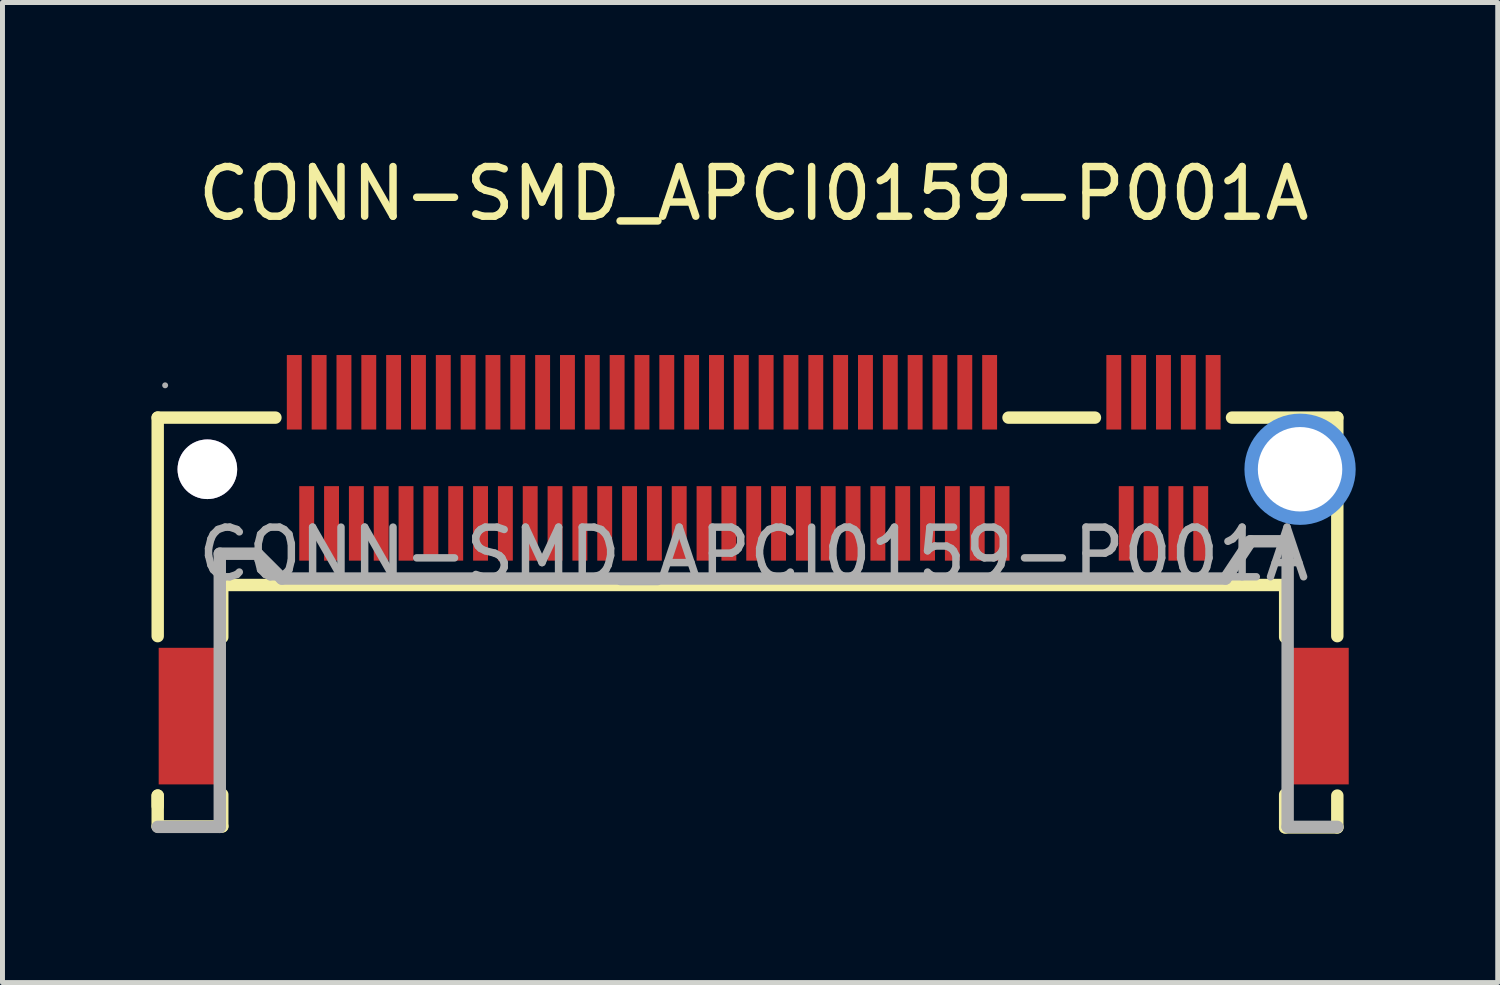
<source format=kicad_pcb>
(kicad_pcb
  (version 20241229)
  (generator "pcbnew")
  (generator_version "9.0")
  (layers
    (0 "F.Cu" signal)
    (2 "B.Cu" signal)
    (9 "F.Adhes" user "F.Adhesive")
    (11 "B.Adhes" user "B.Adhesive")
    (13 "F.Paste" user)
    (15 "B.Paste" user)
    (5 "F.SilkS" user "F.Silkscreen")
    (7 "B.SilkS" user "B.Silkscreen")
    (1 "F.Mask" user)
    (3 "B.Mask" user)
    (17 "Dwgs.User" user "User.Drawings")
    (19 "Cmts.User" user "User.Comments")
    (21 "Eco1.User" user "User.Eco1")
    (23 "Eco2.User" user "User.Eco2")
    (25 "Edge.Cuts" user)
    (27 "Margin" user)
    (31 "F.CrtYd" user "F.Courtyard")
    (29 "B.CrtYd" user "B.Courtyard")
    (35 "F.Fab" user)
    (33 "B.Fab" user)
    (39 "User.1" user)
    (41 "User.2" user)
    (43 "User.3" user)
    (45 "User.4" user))
  (footprint "CONN-SMD_APCI0159-P001A"
    (layer "F.Cu")
    (at 12.125 8.108)
    (property "Reference" "CONN-SMD_APCI0159-P001A" (at 0 -7.26 0) (layer "F.SilkS") (effects (font (size 1 1) (thickness 0.15))))
    (attr smd)
    (fp_line (start -12 -2.75) (end -12 1.65) (stroke (width 0.25) (type solid)) (layer "F.SilkS"))
    (fp_line (start -12 4.86) (end -12 5.07) (stroke (width 0.25) (type solid)) (layer "F.SilkS"))
    (fp_line (start -12 4.86) (end -12 5.48) (stroke (width 0.25) (type solid)) (layer "F.SilkS"))
    (fp_line (start -12 5.48) (end -10.7 5.48) (stroke (width 0.25) (type solid)) (layer "F.SilkS"))
    (fp_line (start -10.7 0.62) (end 10.7 0.62) (stroke (width 0.25) (type solid)) (layer "F.SilkS"))
    (fp_line (start -10.7 1.67) (end -10.7 0.62) (stroke (width 0.25) (type solid)) (layer "F.SilkS"))
    (fp_line (start -10.7 5.48) (end -10.7 4.84) (stroke (width 0.25) (type solid)) (layer "F.SilkS"))
    (fp_line (start -9.63 -2.75) (end -12 -2.75) (stroke (width 0.25) (type solid)) (layer "F.SilkS"))
    (fp_line (start 6.87 -2.75) (end 5.13 -2.75) (stroke (width 0.25) (type solid)) (layer "F.SilkS"))
    (fp_line (start 10.7 1.67) (end 10.7 0.62) (stroke (width 0.25) (type solid)) (layer "F.SilkS"))
    (fp_line (start 10.7 4.84) (end 10.7 5.5) (stroke (width 0.25) (type solid)) (layer "F.SilkS"))
    (fp_line (start 10.7 5.5) (end 11.75 5.5) (stroke (width 0.25) (type solid)) (layer "F.SilkS"))
    (fp_line (start 11.75 -2.75) (end 9.63 -2.75) (stroke (width 0.25) (type solid)) (layer "F.SilkS"))
    (fp_line (start 11.75 -2.44) (end 11.75 -2.75) (stroke (width 0.25) (type solid)) (layer "F.SilkS"))
    (fp_line (start 11.75 1.65) (end 11.75 -0.99) (stroke (width 0.25) (type solid)) (layer "F.SilkS"))
    (fp_line (start 11.75 5.5) (end 11.75 4.86) (stroke (width 0.25) (type solid)) (layer "F.SilkS"))
    (fp_circle (center -11 -1.71) (end -10.75 -1.71) (stroke (width 0.5) (type solid)) (fill no) (layer "Cmts.User"))
    (fp_circle (center 11 -1.71) (end 11.37 -1.71) (stroke (width 0.75) (type solid)) (fill no) (layer "Cmts.User"))
    (fp_line (start -12 5.49) (end -10.75 5.49) (stroke (width 0.25) (type solid)) (layer "F.Fab"))
    (fp_line (start -10.75 -0.01) (end -10 -0.01) (stroke (width 0.25) (type solid)) (layer "F.Fab"))
    (fp_line (start -10.75 5.49) (end -10.75 -0.01) (stroke (width 0.25) (type solid)) (layer "F.Fab"))
    (fp_line (start -10 -0.01) (end -9.5 0.49) (stroke (width 0.25) (type solid)) (layer "F.Fab"))
    (fp_line (start -9.5 0.49) (end 9.5 0.49) (stroke (width 0.25) (type solid)) (layer "F.Fab"))
    (fp_line (start 9.5 0.49) (end 10 -0.26) (stroke (width 0.25) (type solid)) (layer "F.Fab"))
    (fp_line (start 10 -0.26) (end 10.75 -0.26) (stroke (width 0.25) (type solid)) (layer "F.Fab"))
    (fp_line (start 10.75 -0.26) (end 10.75 5.49) (stroke (width 0.25) (type solid)) (layer "F.Fab"))
    (fp_line (start 10.75 5.49) (end 11.75 5.49) (stroke (width 0.25) (type solid)) (layer "F.Fab"))
    (fp_circle (center -11.85 -3.4) (end -11.82 -3.4) (stroke (width 0.06) (type solid)) (fill no) (layer "F.Fab"))
    (fp_text user "${REFERENCE}" (at 0 0 0) (layer "F.Fab") (effects (font (size 1 1) (thickness 0.15))))
    (pad "" thru_hole circle (at -11 -1.71) (size 1.2 1.2) (drill 1.2) (layers "*.Cu" "*.Mask"))
    (pad "" thru_hole circle (at 11 -1.71) (size 1.7 1.7) (drill 1.7) (layers "*.Cu" "*.Mask"))
    (pad "1" smd rect (at -9.25 -3.26 90) (size 1.5 0.3) (layers "F.Cu" "F.Mask" "F.Paste"))
    (pad "2" smd rect (at -9 -0.62 90) (size 1.5 0.3) (layers "F.Cu" "F.Mask" "F.Paste"))
    (pad "3" smd rect (at -8.75 -3.26 90) (size 1.5 0.3) (layers "F.Cu" "F.Mask" "F.Paste"))
    (pad "4" smd rect (at -8.5 -0.62 90) (size 1.5 0.3) (layers "F.Cu" "F.Mask" "F.Paste"))
    (pad "5" smd rect (at -8.25 -3.26 90) (size 1.5 0.3) (layers "F.Cu" "F.Mask" "F.Paste"))
    (pad "6" smd rect (at -8 -0.62 90) (size 1.5 0.3) (layers "F.Cu" "F.Mask" "F.Paste"))
    (pad "7" smd rect (at -7.75 -3.26 90) (size 1.5 0.3) (layers "F.Cu" "F.Mask" "F.Paste"))
    (pad "8" smd rect (at -7.5 -0.62 90) (size 1.5 0.3) (layers "F.Cu" "F.Mask" "F.Paste"))
    (pad "9" smd rect (at -7.25 -3.26 90) (size 1.5 0.3) (layers "F.Cu" "F.Mask" "F.Paste"))
    (pad "10" smd rect (at -7 -0.62 90) (size 1.5 0.3) (layers "F.Cu" "F.Mask" "F.Paste"))
    (pad "11" smd rect (at -6.75 -3.26 90) (size 1.5 0.3) (layers "F.Cu" "F.Mask" "F.Paste"))
    (pad "12" smd rect (at -6.5 -0.62 90) (size 1.5 0.3) (layers "F.Cu" "F.Mask" "F.Paste"))
    (pad "13" smd rect (at -6.25 -3.26 90) (size 1.5 0.3) (layers "F.Cu" "F.Mask" "F.Paste"))
    (pad "14" smd rect (at -6 -0.62 90) (size 1.5 0.3) (layers "F.Cu" "F.Mask" "F.Paste"))
    (pad "15" smd rect (at -5.75 -3.26 90) (size 1.5 0.3) (layers "F.Cu" "F.Mask" "F.Paste"))
    (pad "16" smd rect (at -5.5 -0.62 90) (size 1.5 0.3) (layers "F.Cu" "F.Mask" "F.Paste"))
    (pad "17" smd rect (at -5.25 -3.26 90) (size 1.5 0.3) (layers "F.Cu" "F.Mask" "F.Paste"))
    (pad "18" smd rect (at -5 -0.62 90) (size 1.5 0.3) (layers "F.Cu" "F.Mask" "F.Paste"))
    (pad "19" smd rect (at -4.75 -3.26 90) (size 1.5 0.3) (layers "F.Cu" "F.Mask" "F.Paste"))
    (pad "20" smd rect (at -4.5 -0.62 90) (size 1.5 0.3) (layers "F.Cu" "F.Mask" "F.Paste"))
    (pad "21" smd rect (at -4.25 -3.26 90) (size 1.5 0.3) (layers "F.Cu" "F.Mask" "F.Paste"))
    (pad "22" smd rect (at -4 -0.62 90) (size 1.5 0.3) (layers "F.Cu" "F.Mask" "F.Paste"))
    (pad "23" smd rect (at -3.75 -3.26 90) (size 1.5 0.3) (layers "F.Cu" "F.Mask" "F.Paste"))
    (pad "24" smd rect (at -3.5 -0.62 90) (size 1.5 0.3) (layers "F.Cu" "F.Mask" "F.Paste"))
    (pad "25" smd rect (at -3.25 -3.26 90) (size 1.5 0.3) (layers "F.Cu" "F.Mask" "F.Paste"))
    (pad "26" smd rect (at -3 -0.62 90) (size 1.5 0.3) (layers "F.Cu" "F.Mask" "F.Paste"))
    (pad "27" smd rect (at -2.75 -3.26 90) (size 1.5 0.3) (layers "F.Cu" "F.Mask" "F.Paste"))
    (pad "28" smd rect (at -2.5 -0.62 90) (size 1.5 0.3) (layers "F.Cu" "F.Mask" "F.Paste"))
    (pad "29" smd rect (at -2.25 -3.26 90) (size 1.5 0.3) (layers "F.Cu" "F.Mask" "F.Paste"))
    (pad "30" smd rect (at -2 -0.62 90) (size 1.5 0.3) (layers "F.Cu" "F.Mask" "F.Paste"))
    (pad "31" smd rect (at -1.75 -3.26 90) (size 1.5 0.3) (layers "F.Cu" "F.Mask" "F.Paste"))
    (pad "32" smd rect (at -1.5 -0.62 90) (size 1.5 0.3) (layers "F.Cu" "F.Mask" "F.Paste"))
    (pad "33" smd rect (at -1.25 -3.26 90) (size 1.5 0.3) (layers "F.Cu" "F.Mask" "F.Paste"))
    (pad "34" smd rect (at -1 -0.62 90) (size 1.5 0.3) (layers "F.Cu" "F.Mask" "F.Paste"))
    (pad "35" smd rect (at -0.75 -3.26 90) (size 1.5 0.3) (layers "F.Cu" "F.Mask" "F.Paste"))
    (pad "36" smd rect (at -0.5 -0.62 90) (size 1.5 0.3) (layers "F.Cu" "F.Mask" "F.Paste"))
    (pad "37" smd rect (at -0.25 -3.26 90) (size 1.5 0.3) (layers "F.Cu" "F.Mask" "F.Paste"))
    (pad "38" smd rect (at 0 -0.62 90) (size 1.5 0.3) (layers "F.Cu" "F.Mask" "F.Paste"))
    (pad "39" smd rect (at 0.25 -3.26 90) (size 1.5 0.3) (layers "F.Cu" "F.Mask" "F.Paste"))
    (pad "40" smd rect (at 0.5 -0.62 90) (size 1.5 0.3) (layers "F.Cu" "F.Mask" "F.Paste"))
    (pad "41" smd rect (at 0.75 -3.26 90) (size 1.5 0.3) (layers "F.Cu" "F.Mask" "F.Paste"))
    (pad "42" smd rect (at 1 -0.62 90) (size 1.5 0.3) (layers "F.Cu" "F.Mask" "F.Paste"))
    (pad "43" smd rect (at 1.25 -3.26 90) (size 1.5 0.3) (layers "F.Cu" "F.Mask" "F.Paste"))
    (pad "44" smd rect (at 1.5 -0.62 90) (size 1.5 0.3) (layers "F.Cu" "F.Mask" "F.Paste"))
    (pad "45" smd rect (at 1.75 -3.26 90) (size 1.5 0.3) (layers "F.Cu" "F.Mask" "F.Paste"))
    (pad "46" smd rect (at 2 -0.62 90) (size 1.5 0.3) (layers "F.Cu" "F.Mask" "F.Paste"))
    (pad "47" smd rect (at 2.25 -3.26 90) (size 1.5 0.3) (layers "F.Cu" "F.Mask" "F.Paste"))
    (pad "48" smd rect (at 2.5 -0.62 90) (size 1.5 0.3) (layers "F.Cu" "F.Mask" "F.Paste"))
    (pad "49" smd rect (at 2.75 -3.26 90) (size 1.5 0.3) (layers "F.Cu" "F.Mask" "F.Paste"))
    (pad "50" smd rect (at 3 -0.62 90) (size 1.5 0.3) (layers "F.Cu" "F.Mask" "F.Paste"))
    (pad "51" smd rect (at 3.25 -3.26 90) (size 1.5 0.3) (layers "F.Cu" "F.Mask" "F.Paste"))
    (pad "52" smd rect (at 3.5 -0.62 90) (size 1.5 0.3) (layers "F.Cu" "F.Mask" "F.Paste"))
    (pad "53" smd rect (at 3.75 -3.26 90) (size 1.5 0.3) (layers "F.Cu" "F.Mask" "F.Paste"))
    (pad "54" smd rect (at 4 -0.62 90) (size 1.5 0.3) (layers "F.Cu" "F.Mask" "F.Paste"))
    (pad "55" smd rect (at 4.25 -3.26 90) (size 1.5 0.3) (layers "F.Cu" "F.Mask" "F.Paste"))
    (pad "56" smd rect (at 4.5 -0.62 90) (size 1.5 0.3) (layers "F.Cu" "F.Mask" "F.Paste"))
    (pad "57" smd rect (at 4.75 -3.26 90) (size 1.5 0.3) (layers "F.Cu" "F.Mask" "F.Paste"))
    (pad "58" smd rect (at 5 -0.62 90) (size 1.5 0.3) (layers "F.Cu" "F.Mask" "F.Paste"))
    (pad "67" smd rect (at 7.25 -3.26 90) (size 1.5 0.3) (layers "F.Cu" "F.Mask" "F.Paste"))
    (pad "68" smd rect (at 7.5 -0.62 90) (size 1.5 0.3) (layers "F.Cu" "F.Mask" "F.Paste"))
    (pad "69" smd rect (at 7.75 -3.26 90) (size 1.5 0.3) (layers "F.Cu" "F.Mask" "F.Paste"))
    (pad "70" smd rect (at 8 -0.62 90) (size 1.5 0.3) (layers "F.Cu" "F.Mask" "F.Paste"))
    (pad "71" smd rect (at 8.25 -3.26 90) (size 1.5 0.3) (layers "F.Cu" "F.Mask" "F.Paste"))
    (pad "72" smd rect (at 8.5 -0.62 90) (size 1.5 0.3) (layers "F.Cu" "F.Mask" "F.Paste"))
    (pad "73" smd rect (at 8.75 -3.26 90) (size 1.5 0.3) (layers "F.Cu" "F.Mask" "F.Paste"))
    (pad "74" smd rect (at 9 -0.62 90) (size 1.5 0.3) (layers "F.Cu" "F.Mask" "F.Paste"))
    (pad "75" smd rect (at 9.25 -3.26 90) (size 1.5 0.3) (layers "F.Cu" "F.Mask" "F.Paste"))
    (pad "76" smd rect (at 11.38 3.26 90) (size 2.75 1.2) (layers "F.Cu" "F.Mask" "F.Paste"))
    (pad "77" smd rect (at -11.38 3.26 90) (size 2.75 1.2) (layers "F.Cu" "F.Mask" "F.Paste")))
  (gr_rect
    (start -3 -3)
    (end 27.105 16.733)
    (stroke (width 0.1) (type default))
    (fill no)
    (layer "Edge.Cuts")))
</source>
